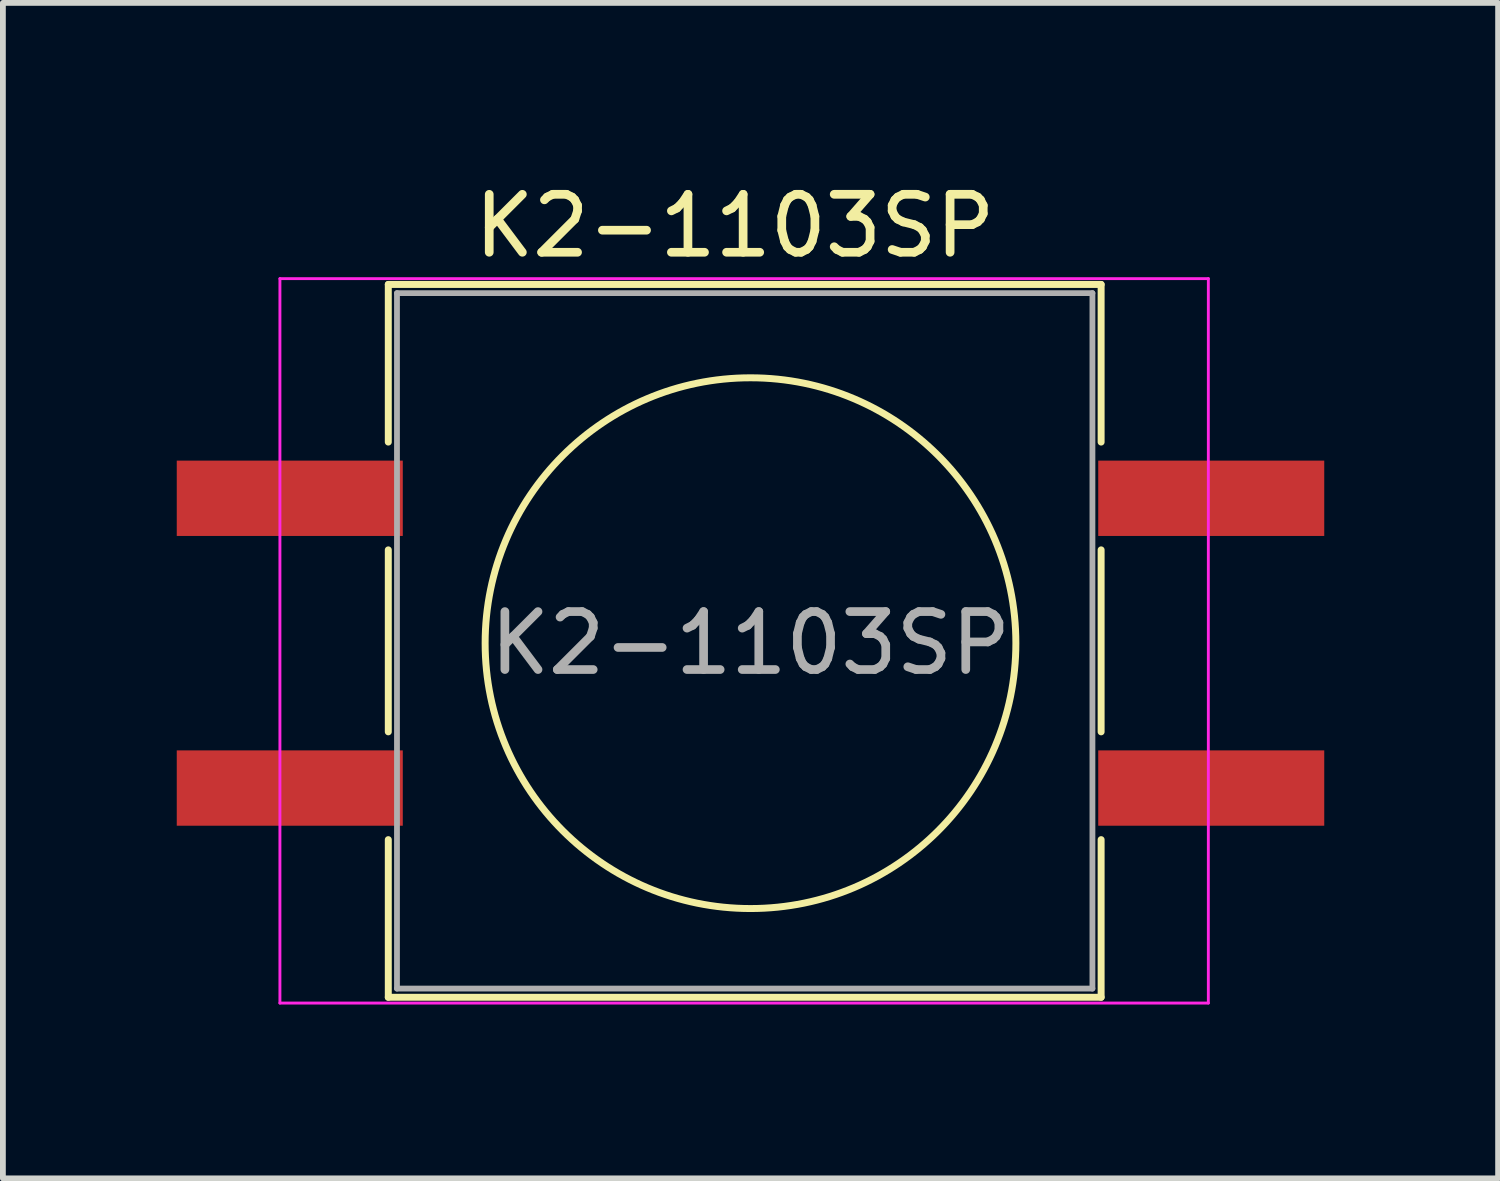
<source format=kicad_pcb>
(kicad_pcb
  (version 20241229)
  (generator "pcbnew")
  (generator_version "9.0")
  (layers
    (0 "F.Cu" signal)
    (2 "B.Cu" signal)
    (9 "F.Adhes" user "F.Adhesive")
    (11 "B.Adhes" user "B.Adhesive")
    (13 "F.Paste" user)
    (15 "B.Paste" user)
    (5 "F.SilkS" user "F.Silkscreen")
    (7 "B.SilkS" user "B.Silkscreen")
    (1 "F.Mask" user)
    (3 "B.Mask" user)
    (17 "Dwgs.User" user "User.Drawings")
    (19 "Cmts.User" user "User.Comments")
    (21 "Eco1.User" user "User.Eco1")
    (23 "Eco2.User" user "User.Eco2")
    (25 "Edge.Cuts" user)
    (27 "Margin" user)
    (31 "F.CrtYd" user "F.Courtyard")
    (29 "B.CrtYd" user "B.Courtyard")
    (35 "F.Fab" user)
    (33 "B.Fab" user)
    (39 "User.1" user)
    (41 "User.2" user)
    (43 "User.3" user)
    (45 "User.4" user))
  (footprint "K2-1103SP"
    (layer "F.Cu")
    (at 9.9 8.048)
    (property "Reference" "K2-1103SP" (at -0.27 -7.2 0) (layer "F.SilkS") (effects (font (size 1 1) (thickness 0.15))))
    (attr through_hole)
    (fp_line (start -6.25 -6.19) (end 6.05 -6.19) (stroke (width 0.12) (type solid)) (layer "F.SilkS"))
    (fp_line (start -6.25 -3.47) (end -6.25 -6.19) (stroke (width 0.12) (type solid)) (layer "F.SilkS"))
    (fp_line (start -6.25 1.53) (end -6.25 -1.61) (stroke (width 0.12) (type solid)) (layer "F.SilkS"))
    (fp_line (start -6.25 6.11) (end -6.25 3.39) (stroke (width 0.12) (type solid)) (layer "F.SilkS"))
    (fp_line (start 6.05 -6.19) (end 6.05 -3.47) (stroke (width 0.12) (type solid)) (layer "F.SilkS"))
    (fp_line (start 6.05 -1.61) (end 6.05 1.53) (stroke (width 0.12) (type solid)) (layer "F.SilkS"))
    (fp_line (start 6.05 3.39) (end 6.05 6.11) (stroke (width 0.12) (type solid)) (layer "F.SilkS"))
    (fp_line (start 6.05 6.11) (end -6.25 6.11) (stroke (width 0.12) (type solid)) (layer "F.SilkS"))
    (fp_circle (center 0 0) (end 3.81 2.54) (stroke (width 0.12) (type solid)) (fill no) (layer "F.SilkS"))
    (fp_line (start -8.12 -6.29) (end -8.12 6.21) (stroke (width 0.05) (type solid)) (layer "F.CrtYd"))
    (fp_line (start -8.12 -6.29) (end 7.9 -6.29) (stroke (width 0.05) (type solid)) (layer "F.CrtYd"))
    (fp_line (start 7.9 6.21) (end -8.12 6.21) (stroke (width 0.05) (type solid)) (layer "F.CrtYd"))
    (fp_line (start 7.9 6.21) (end 7.9 -6.29) (stroke (width 0.05) (type solid)) (layer "F.CrtYd"))
    (fp_line (start -6.1 -6.04) (end -6.1 5.96) (stroke (width 0.1) (type solid)) (layer "F.Fab"))
    (fp_line (start -6.1 -6.04) (end 5.9 -6.04) (stroke (width 0.1) (type solid)) (layer "F.Fab"))
    (fp_line (start -6.1 5.96) (end 5.9 5.96) (stroke (width 0.1) (type solid)) (layer "F.Fab"))
    (fp_line (start 5.9 -6.04) (end 5.9 5.96) (stroke (width 0.1) (type solid)) (layer "F.Fab"))
    (fp_text user "${REFERENCE}" (at 0 0 0) (layer "F.Fab") (effects (font (size 1 1) (thickness 0.15))))
    (pad "1" smd rect (at -7.95 -2.5) (size 3.9 1.3) (layers "F.Cu" "F.Mask" "F.Paste"))
    (pad "1" smd rect (at 7.95 -2.5) (size 3.9 1.3) (layers "F.Cu" "F.Mask" "F.Paste"))
    (pad "2" smd rect (at -7.95 2.5) (size 3.9 1.3) (layers "F.Cu" "F.Mask" "F.Paste"))
    (pad "2" smd rect (at 7.95 2.5) (size 3.9 1.3) (layers "F.Cu" "F.Mask" "F.Paste")))
  (gr_rect
    (start -3 -3)
    (end 22.8 17.283)
    (stroke (width 0.1) (type default))
    (fill no)
    (layer "Edge.Cuts")))
</source>
